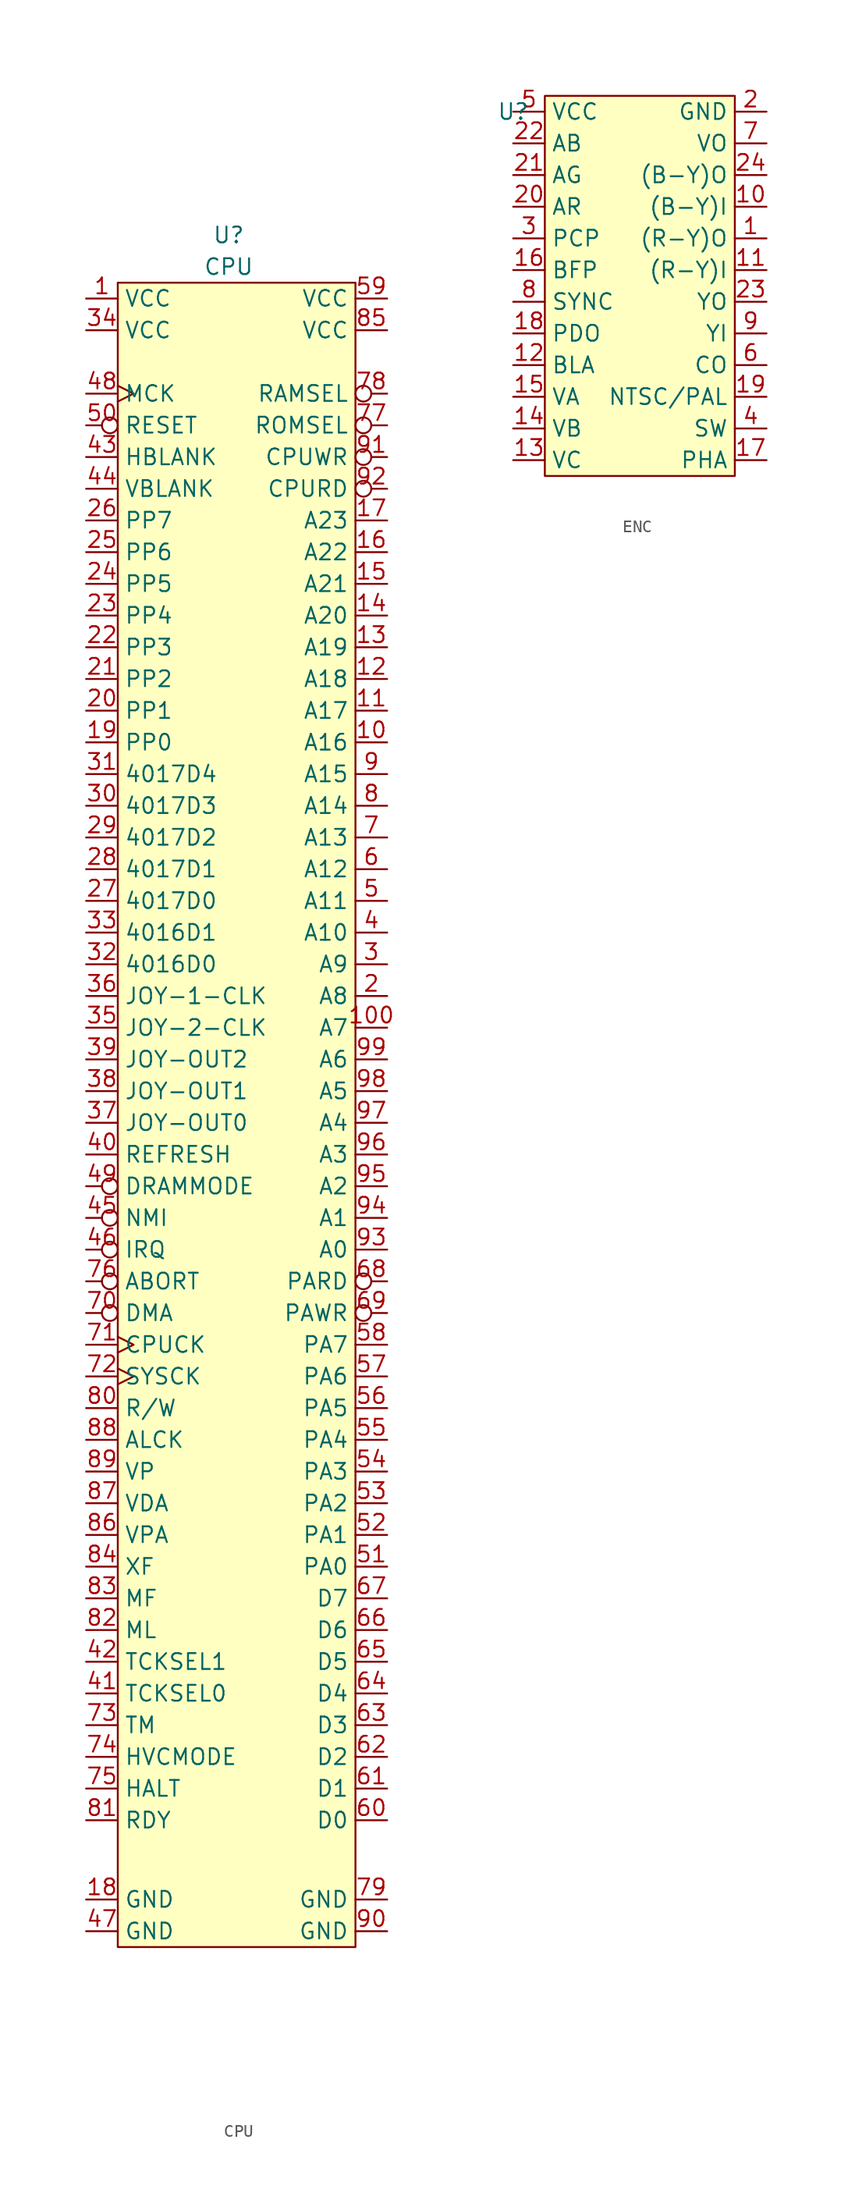
<source format=kicad_sym>
(kicad_symbol_lib
  (version 20220914)
  (generator kicad_symbol_editor)
  (symbol "CPU"
    (property "Reference" "U"
      (at 0 5.08 0)
      (effects (font (size 1.27 1.27))))
    (property "Value" "CPU"
      (at 0 2.54 0)
      (effects (font (size 1.27 1.27))))
    (symbol "CPU_0_0"
      (pin power_in line (at -11.43 0 0) (length 2.54) (name "VCC" (effects (font (size 1.27 1.27)))) (number "1" (effects (font (size 1.27 1.27)))))
      (pin output line (at 12.7 -35.56 180) (length 2.54) (name "A16" (effects (font (size 1.27 1.27)))) (number "10" (effects (font (size 1.27 1.27)))))
      (pin output line (at 12.7 -58.42 180) (length 2.54) (name "A7" (effects (font (size 1.27 1.27)))) (number "100" (effects (font (size 1.27 1.27)))))
      (pin output line (at 12.7 -33.02 180) (length 2.54) (name "A17" (effects (font (size 1.27 1.27)))) (number "11" (effects (font (size 1.27 1.27)))))
      (pin output line (at 12.7 -30.48 180) (length 2.54) (name "A18" (effects (font (size 1.27 1.27)))) (number "12" (effects (font (size 1.27 1.27)))))
      (pin output line (at 12.7 -27.94 180) (length 2.54) (name "A19" (effects (font (size 1.27 1.27)))) (number "13" (effects (font (size 1.27 1.27)))))
      (pin output line (at 12.7 -25.4 180) (length 2.54) (name "A20" (effects (font (size 1.27 1.27)))) (number "14" (effects (font (size 1.27 1.27)))))
      (pin output line (at 12.7 -22.86 180) (length 2.54) (name "A21" (effects (font (size 1.27 1.27)))) (number "15" (effects (font (size 1.27 1.27)))))
      (pin output line (at 12.7 -20.32 180) (length 2.54) (name "A22" (effects (font (size 1.27 1.27)))) (number "16" (effects (font (size 1.27 1.27)))))
      (pin output line (at 12.7 -17.78 180) (length 2.54) (name "A23" (effects (font (size 1.27 1.27)))) (number "17" (effects (font (size 1.27 1.27)))))
      (pin unspecified line (at -11.43 -128.27 0) (length 2.54) (name "GND" (effects (font (size 1.27 1.27)))) (number "18" (effects (font (size 1.27 1.27)))))
      (pin unspecified line (at -11.43 -35.56 0) (length 2.54) (name "PP0" (effects (font (size 1.27 1.27)))) (number "19" (effects (font (size 1.27 1.27)))))
      (pin output line (at 12.7 -55.88 180) (length 2.54) (name "A8" (effects (font (size 1.27 1.27)))) (number "2" (effects (font (size 1.27 1.27)))))
      (pin unspecified line (at -11.43 -33.02 0) (length 2.54) (name "PP1" (effects (font (size 1.27 1.27)))) (number "20" (effects (font (size 1.27 1.27)))))
      (pin unspecified line (at -11.43 -30.48 0) (length 2.54) (name "PP2" (effects (font (size 1.27 1.27)))) (number "21" (effects (font (size 1.27 1.27)))))
      (pin unspecified line (at -11.43 -27.94 0) (length 2.54) (name "PP3" (effects (font (size 1.27 1.27)))) (number "22" (effects (font (size 1.27 1.27)))))
      (pin unspecified line (at -11.43 -25.4 0) (length 2.54) (name "PP4" (effects (font (size 1.27 1.27)))) (number "23" (effects (font (size 1.27 1.27)))))
      (pin unspecified line (at -11.43 -22.86 0) (length 2.54) (name "PP5" (effects (font (size 1.27 1.27)))) (number "24" (effects (font (size 1.27 1.27)))))
      (pin unspecified line (at -11.43 -20.32 0) (length 2.54) (name "PP6" (effects (font (size 1.27 1.27)))) (number "25" (effects (font (size 1.27 1.27)))))
      (pin unspecified line (at -11.43 -17.78 0) (length 2.54) (name "PP7" (effects (font (size 1.27 1.27)))) (number "26" (effects (font (size 1.27 1.27)))))
      (pin unspecified line (at -11.43 -48.26 0) (length 2.54) (name "4017D0" (effects (font (size 1.27 1.27)))) (number "27" (effects (font (size 1.27 1.27)))))
      (pin unspecified line (at -11.43 -45.72 0) (length 2.54) (name "4017D1" (effects (font (size 1.27 1.27)))) (number "28" (effects (font (size 1.27 1.27)))))
      (pin unspecified line (at -11.43 -43.18 0) (length 2.54) (name "4017D2" (effects (font (size 1.27 1.27)))) (number "29" (effects (font (size 1.27 1.27)))))
      (pin output line (at 12.7 -53.34 180) (length 2.54) (name "A9" (effects (font (size 1.27 1.27)))) (number "3" (effects (font (size 1.27 1.27)))))
      (pin unspecified line (at -11.43 -40.64 0) (length 2.54) (name "4017D3" (effects (font (size 1.27 1.27)))) (number "30" (effects (font (size 1.27 1.27)))))
      (pin unspecified line (at -11.43 -38.1 0) (length 2.54) (name "4017D4" (effects (font (size 1.27 1.27)))) (number "31" (effects (font (size 1.27 1.27)))))
      (pin unspecified line (at -11.43 -53.34 0) (length 2.54) (name "4016D0" (effects (font (size 1.27 1.27)))) (number "32" (effects (font (size 1.27 1.27)))))
      (pin unspecified line (at -11.43 -50.8 0) (length 2.54) (name "4016D1" (effects (font (size 1.27 1.27)))) (number "33" (effects (font (size 1.27 1.27)))))
      (pin power_in line (at -11.43 -2.54 0) (length 2.54) (name "VCC" (effects (font (size 1.27 1.27)))) (number "34" (effects (font (size 1.27 1.27)))))
      (pin output line (at -11.43 -58.42 0) (length 2.54) (name "JOY-2-CLK" (effects (font (size 1.27 1.27)))) (number "35" (effects (font (size 1.27 1.27)))))
      (pin output line (at -11.43 -55.88 0) (length 2.54) (name "JOY-1-CLK" (effects (font (size 1.27 1.27)))) (number "36" (effects (font (size 1.27 1.27)))))
      (pin unspecified line (at -11.43 -66.04 0) (length 2.54) (name "JOY-OUT0" (effects (font (size 1.27 1.27)))) (number "37" (effects (font (size 1.27 1.27)))))
      (pin unspecified line (at -11.43 -63.5 0) (length 2.54) (name "JOY-OUT1" (effects (font (size 1.27 1.27)))) (number "38" (effects (font (size 1.27 1.27)))))
      (pin unspecified line (at -11.43 -60.96 0) (length 2.54) (name "JOY-OUT2" (effects (font (size 1.27 1.27)))) (number "39" (effects (font (size 1.27 1.27)))))
      (pin output line (at 12.7 -50.8 180) (length 2.54) (name "A10" (effects (font (size 1.27 1.27)))) (number "4" (effects (font (size 1.27 1.27)))))
      (pin output line (at -11.43 -68.58 0) (length 2.54) (name "REFRESH" (effects (font (size 1.27 1.27)))) (number "40" (effects (font (size 1.27 1.27)))))
      (pin unspecified line (at -11.43 -111.76 0) (length 2.54) (name "TCKSEL0" (effects (font (size 1.27 1.27)))) (number "41" (effects (font (size 1.27 1.27)))))
      (pin unspecified line (at -11.43 -109.22 0) (length 2.54) (name "TCKSEL1" (effects (font (size 1.27 1.27)))) (number "42" (effects (font (size 1.27 1.27)))))
      (pin input line (at -11.43 -12.7 0) (length 2.54) (name "HBLANK" (effects (font (size 1.27 1.27)))) (number "43" (effects (font (size 1.27 1.27)))))
      (pin input line (at -11.43 -15.24 0) (length 2.54) (name "VBLANK" (effects (font (size 1.27 1.27)))) (number "44" (effects (font (size 1.27 1.27)))))
      (pin input inverted (at -11.43 -73.66 0) (length 2.54) (name "NMI" (effects (font (size 1.27 1.27)))) (number "45" (effects (font (size 1.27 1.27)))))
      (pin input inverted (at -11.43 -76.2 0) (length 2.54) (name "IRQ" (effects (font (size 1.27 1.27)))) (number "46" (effects (font (size 1.27 1.27)))))
      (pin unspecified line (at -11.43 -130.81 0) (length 2.54) (name "GND" (effects (font (size 1.27 1.27)))) (number "47" (effects (font (size 1.27 1.27)))))
      (pin input clock (at -11.43 -7.62 0) (length 2.54) (name "MCK" (effects (font (size 1.27 1.27)))) (number "48" (effects (font (size 1.27 1.27)))))
      (pin input inverted (at -11.43 -71.12 0) (length 2.54) (name "DRAMMODE" (effects (font (size 1.27 1.27)))) (number "49" (effects (font (size 1.27 1.27)))))
      (pin output line (at 12.7 -48.26 180) (length 2.54) (name "A11" (effects (font (size 1.27 1.27)))) (number "5" (effects (font (size 1.27 1.27)))))
      (pin input inverted (at -11.43 -10.16 0) (length 2.54) (name "RESET" (effects (font (size 1.27 1.27)))) (number "50" (effects (font (size 1.27 1.27)))))
      (pin output line (at 12.7 -101.6 180) (length 2.54) (name "PA0" (effects (font (size 1.27 1.27)))) (number "51" (effects (font (size 1.27 1.27)))))
      (pin output line (at 12.7 -99.06 180) (length 2.54) (name "PA1" (effects (font (size 1.27 1.27)))) (number "52" (effects (font (size 1.27 1.27)))))
      (pin output line (at 12.7 -96.52 180) (length 2.54) (name "PA2" (effects (font (size 1.27 1.27)))) (number "53" (effects (font (size 1.27 1.27)))))
      (pin output line (at 12.7 -93.98 180) (length 2.54) (name "PA3" (effects (font (size 1.27 1.27)))) (number "54" (effects (font (size 1.27 1.27)))))
      (pin output line (at 12.7 -91.44 180) (length 2.54) (name "PA4" (effects (font (size 1.27 1.27)))) (number "55" (effects (font (size 1.27 1.27)))))
      (pin output line (at 12.7 -88.9 180) (length 2.54) (name "PA5" (effects (font (size 1.27 1.27)))) (number "56" (effects (font (size 1.27 1.27)))))
      (pin output line (at 12.7 -86.36 180) (length 2.54) (name "PA6" (effects (font (size 1.27 1.27)))) (number "57" (effects (font (size 1.27 1.27)))))
      (pin output line (at 12.7 -83.82 180) (length 2.54) (name "PA7" (effects (font (size 1.27 1.27)))) (number "58" (effects (font (size 1.27 1.27)))))
      (pin unspecified line (at 12.7 0 180) (length 2.54) (name "VCC" (effects (font (size 1.27 1.27)))) (number "59" (effects (font (size 1.27 1.27)))))
      (pin output line (at 12.7 -45.72 180) (length 2.54) (name "A12" (effects (font (size 1.27 1.27)))) (number "6" (effects (font (size 1.27 1.27)))))
      (pin bidirectional line (at 12.7 -121.92 180) (length 2.54) (name "D0" (effects (font (size 1.27 1.27)))) (number "60" (effects (font (size 1.27 1.27)))))
      (pin bidirectional line (at 12.7 -119.38 180) (length 2.54) (name "D1" (effects (font (size 1.27 1.27)))) (number "61" (effects (font (size 1.27 1.27)))))
      (pin bidirectional line (at 12.7 -116.84 180) (length 2.54) (name "D2" (effects (font (size 1.27 1.27)))) (number "62" (effects (font (size 1.27 1.27)))))
      (pin bidirectional line (at 12.7 -114.3 180) (length 2.54) (name "D3" (effects (font (size 1.27 1.27)))) (number "63" (effects (font (size 1.27 1.27)))))
      (pin bidirectional line (at 12.7 -111.76 180) (length 2.54) (name "D4" (effects (font (size 1.27 1.27)))) (number "64" (effects (font (size 1.27 1.27)))))
      (pin bidirectional line (at 12.7 -109.22 180) (length 2.54) (name "D5" (effects (font (size 1.27 1.27)))) (number "65" (effects (font (size 1.27 1.27)))))
      (pin bidirectional line (at 12.7 -106.68 180) (length 2.54) (name "D6" (effects (font (size 1.27 1.27)))) (number "66" (effects (font (size 1.27 1.27)))))
      (pin bidirectional line (at 12.7 -104.14 180) (length 2.54) (name "D7" (effects (font (size 1.27 1.27)))) (number "67" (effects (font (size 1.27 1.27)))))
      (pin unspecified inverted (at 12.7 -78.74 180) (length 2.54) (name "PARD" (effects (font (size 1.27 1.27)))) (number "68" (effects (font (size 1.27 1.27)))))
      (pin output inverted (at 12.7 -81.28 180) (length 2.54) (name "PAWR" (effects (font (size 1.27 1.27)))) (number "69" (effects (font (size 1.27 1.27)))))
      (pin output line (at 12.7 -43.18 180) (length 2.54) (name "A13" (effects (font (size 1.27 1.27)))) (number "7" (effects (font (size 1.27 1.27)))))
      (pin unspecified inverted (at -11.43 -81.28 0) (length 2.54) (name "DMA" (effects (font (size 1.27 1.27)))) (number "70" (effects (font (size 1.27 1.27)))))
      (pin output clock (at -11.43 -83.82 0) (length 2.54) (name "CPUCK" (effects (font (size 1.27 1.27)))) (number "71" (effects (font (size 1.27 1.27)))))
      (pin output clock (at -11.43 -86.36 0) (length 2.54) (name "SYSCK" (effects (font (size 1.27 1.27)))) (number "72" (effects (font (size 1.27 1.27)))))
      (pin unspecified line (at -11.43 -114.3 0) (length 2.54) (name "TM" (effects (font (size 1.27 1.27)))) (number "73" (effects (font (size 1.27 1.27)))))
      (pin unspecified line (at -11.43 -116.84 0) (length 2.54) (name "HVCMODE" (effects (font (size 1.27 1.27)))) (number "74" (effects (font (size 1.27 1.27)))))
      (pin unspecified line (at -11.43 -119.38 0) (length 2.54) (name "HALT" (effects (font (size 1.27 1.27)))) (number "75" (effects (font (size 1.27 1.27)))))
      (pin input inverted (at -11.43 -78.74 0) (length 2.54) (name "ABORT" (effects (font (size 1.27 1.27)))) (number "76" (effects (font (size 1.27 1.27)))))
      (pin unspecified inverted (at 12.7 -10.16 180) (length 2.54) (name "ROMSEL" (effects (font (size 1.27 1.27)))) (number "77" (effects (font (size 1.27 1.27)))))
      (pin unspecified inverted (at 12.7 -7.62 180) (length 2.54) (name "RAMSEL" (effects (font (size 1.27 1.27)))) (number "78" (effects (font (size 1.27 1.27)))))
      (pin power_in line (at 12.7 -128.27 180) (length 2.54) (name "GND" (effects (font (size 1.27 1.27)))) (number "79" (effects (font (size 1.27 1.27)))))
      (pin output line (at 12.7 -40.64 180) (length 2.54) (name "A14" (effects (font (size 1.27 1.27)))) (number "8" (effects (font (size 1.27 1.27)))))
      (pin unspecified line (at -11.43 -88.9 0) (length 2.54) (name "R/W" (effects (font (size 1.27 1.27)))) (number "80" (effects (font (size 1.27 1.27)))))
      (pin unspecified line (at -11.43 -121.92 0) (length 2.54) (name "RDY" (effects (font (size 1.27 1.27)))) (number "81" (effects (font (size 1.27 1.27)))))
      (pin unspecified line (at -11.43 -106.68 0) (length 2.54) (name "ML" (effects (font (size 1.27 1.27)))) (number "82" (effects (font (size 1.27 1.27)))))
      (pin unspecified line (at -11.43 -104.14 0) (length 2.54) (name "MF" (effects (font (size 1.27 1.27)))) (number "83" (effects (font (size 1.27 1.27)))))
      (pin unspecified line (at -11.43 -101.6 0) (length 2.54) (name "XF" (effects (font (size 1.27 1.27)))) (number "84" (effects (font (size 1.27 1.27)))))
      (pin unspecified line (at 12.7 -2.54 180) (length 2.54) (name "VCC" (effects (font (size 1.27 1.27)))) (number "85" (effects (font (size 1.27 1.27)))))
      (pin unspecified line (at -11.43 -99.06 0) (length 2.54) (name "VPA" (effects (font (size 1.27 1.27)))) (number "86" (effects (font (size 1.27 1.27)))))
      (pin unspecified line (at -11.43 -96.52 0) (length 2.54) (name "VDA" (effects (font (size 1.27 1.27)))) (number "87" (effects (font (size 1.27 1.27)))))
      (pin unspecified line (at -11.43 -91.44 0) (length 2.54) (name "ALCK" (effects (font (size 1.27 1.27)))) (number "88" (effects (font (size 1.27 1.27)))))
      (pin unspecified line (at -11.43 -93.98 0) (length 2.54) (name "VP" (effects (font (size 1.27 1.27)))) (number "89" (effects (font (size 1.27 1.27)))))
      (pin output line (at 12.7 -38.1 180) (length 2.54) (name "A15" (effects (font (size 1.27 1.27)))) (number "9" (effects (font (size 1.27 1.27)))))
      (pin power_in line (at 12.7 -130.81 180) (length 2.54) (name "GND" (effects (font (size 1.27 1.27)))) (number "90" (effects (font (size 1.27 1.27)))))
      (pin unspecified inverted (at 12.7 -12.7 180) (length 2.54) (name "CPUWR" (effects (font (size 1.27 1.27)))) (number "91" (effects (font (size 1.27 1.27)))))
      (pin unspecified inverted (at 12.7 -15.24 180) (length 2.54) (name "CPURD" (effects (font (size 1.27 1.27)))) (number "92" (effects (font (size 1.27 1.27)))))
      (pin output line (at 12.7 -76.2 180) (length 2.54) (name "A0" (effects (font (size 1.27 1.27)))) (number "93" (effects (font (size 1.27 1.27)))))
      (pin output line (at 12.7 -73.66 180) (length 2.54) (name "A1" (effects (font (size 1.27 1.27)))) (number "94" (effects (font (size 1.27 1.27)))))
      (pin output line (at 12.7 -71.12 180) (length 2.54) (name "A2" (effects (font (size 1.27 1.27)))) (number "95" (effects (font (size 1.27 1.27)))))
      (pin output line (at 12.7 -68.58 180) (length 2.54) (name "A3" (effects (font (size 1.27 1.27)))) (number "96" (effects (font (size 1.27 1.27)))))
      (pin output line (at 12.7 -66.04 180) (length 2.54) (name "A4" (effects (font (size 1.27 1.27)))) (number "97" (effects (font (size 1.27 1.27)))))
      (pin output line (at 12.7 -63.5 180) (length 2.54) (name "A5" (effects (font (size 1.27 1.27)))) (number "98" (effects (font (size 1.27 1.27)))))
      (pin output line (at 12.7 -60.96 180) (length 2.54) (name "A6" (effects (font (size 1.27 1.27)))) (number "99" (effects (font (size 1.27 1.27))))))
    (symbol "CPU_0_1"
      (rectangle (start -8.89 1.27) (end 10.16 -132.08) (stroke (width 0) (type default)) (fill (type background)))))
  (symbol "ENC"
    (property "Reference" "U"
      (at -10.16 12.7 0)
      (effects (font (size 1.27 1.27))))
    (property "Value" ""
      (at -10.16 12.7 0)
      (effects (font (size 1.27 1.27))))
    (symbol "ENC_0_0"
      (pin unspecified line (at 10.16 2.54 180) (length 2.54) (name "(R-Y)O" (effects (font (size 1.27 1.27)))) (number "1" (effects (font (size 1.27 1.27)))))
      (pin unspecified line (at 10.16 5.08 180) (length 2.54) (name "(B-Y)I" (effects (font (size 1.27 1.27)))) (number "10" (effects (font (size 1.27 1.27)))))
      (pin unspecified line (at 10.16 0 180) (length 2.54) (name "(R-Y)I" (effects (font (size 1.27 1.27)))) (number "11" (effects (font (size 1.27 1.27)))))
      (pin unspecified line (at -10.16 -7.62 0) (length 2.54) (name "BLA" (effects (font (size 1.27 1.27)))) (number "12" (effects (font (size 1.27 1.27)))))
      (pin unspecified line (at -10.16 -15.24 0) (length 2.54) (name "VC" (effects (font (size 1.27 1.27)))) (number "13" (effects (font (size 1.27 1.27)))))
      (pin unspecified line (at -10.16 -12.7 0) (length 2.54) (name "VB" (effects (font (size 1.27 1.27)))) (number "14" (effects (font (size 1.27 1.27)))))
      (pin unspecified line (at -10.16 -10.16 0) (length 2.54) (name "VA" (effects (font (size 1.27 1.27)))) (number "15" (effects (font (size 1.27 1.27)))))
      (pin unspecified line (at -10.16 0 0) (length 2.54) (name "BFP" (effects (font (size 1.27 1.27)))) (number "16" (effects (font (size 1.27 1.27)))))
      (pin unspecified line (at 10.16 -15.24 180) (length 2.54) (name "PHA" (effects (font (size 1.27 1.27)))) (number "17" (effects (font (size 1.27 1.27)))))
      (pin unspecified line (at -10.16 -5.08 0) (length 2.54) (name "PDO" (effects (font (size 1.27 1.27)))) (number "18" (effects (font (size 1.27 1.27)))))
      (pin unspecified line (at 10.16 -10.16 180) (length 2.54) (name "NTSC/PAL" (effects (font (size 1.27 1.27)))) (number "19" (effects (font (size 1.27 1.27)))))
      (pin unspecified line (at 10.16 12.7 180) (length 2.54) (name "GND" (effects (font (size 1.27 1.27)))) (number "2" (effects (font (size 1.27 1.27)))))
      (pin unspecified line (at -10.16 5.08 0) (length 2.54) (name "AR" (effects (font (size 1.27 1.27)))) (number "20" (effects (font (size 1.27 1.27)))))
      (pin unspecified line (at -10.16 7.62 0) (length 2.54) (name "AG" (effects (font (size 1.27 1.27)))) (number "21" (effects (font (size 1.27 1.27)))))
      (pin unspecified line (at -10.16 10.16 0) (length 2.54) (name "AB" (effects (font (size 1.27 1.27)))) (number "22" (effects (font (size 1.27 1.27)))))
      (pin unspecified line (at 10.16 -2.54 180) (length 2.54) (name "YO" (effects (font (size 1.27 1.27)))) (number "23" (effects (font (size 1.27 1.27)))))
      (pin unspecified line (at 10.16 7.62 180) (length 2.54) (name "(B-Y)O" (effects (font (size 1.27 1.27)))) (number "24" (effects (font (size 1.27 1.27)))))
      (pin unspecified line (at -10.16 2.54 0) (length 2.54) (name "PCP" (effects (font (size 1.27 1.27)))) (number "3" (effects (font (size 1.27 1.27)))))
      (pin unspecified line (at 10.16 -12.7 180) (length 2.54) (name "SW" (effects (font (size 1.27 1.27)))) (number "4" (effects (font (size 1.27 1.27)))))
      (pin unspecified line (at -10.16 12.7 0) (length 2.54) (name "VCC" (effects (font (size 1.27 1.27)))) (number "5" (effects (font (size 1.27 1.27)))))
      (pin unspecified line (at 10.16 -7.62 180) (length 2.54) (name "CO" (effects (font (size 1.27 1.27)))) (number "6" (effects (font (size 1.27 1.27)))))
      (pin unspecified line (at 10.16 10.16 180) (length 2.54) (name "VO" (effects (font (size 1.27 1.27)))) (number "7" (effects (font (size 1.27 1.27)))))
      (pin unspecified line (at -10.16 -2.54 0) (length 2.54) (name "SYNC" (effects (font (size 1.27 1.27)))) (number "8" (effects (font (size 1.27 1.27)))))
      (pin unspecified line (at 10.16 -5.08 180) (length 2.54) (name "YI" (effects (font (size 1.27 1.27)))) (number "9" (effects (font (size 1.27 1.27))))))
    (symbol "ENC_0_1"
      (rectangle (start -7.62 13.97) (end 7.62 -16.51) (stroke (width 0) (type default)) (fill (type background))))))
</source>
